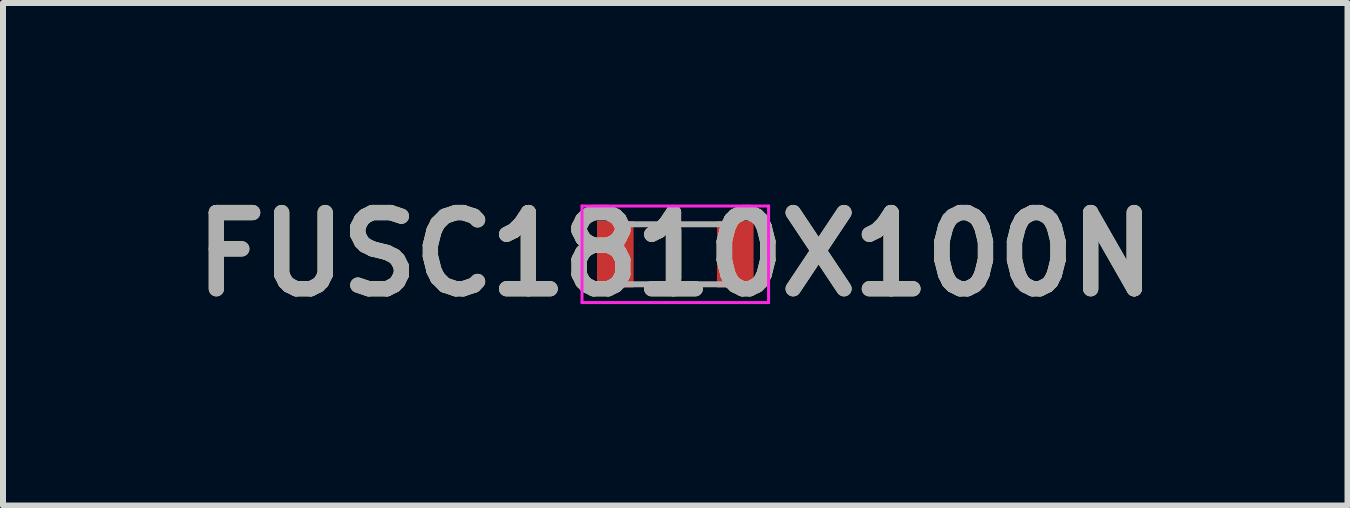
<source format=kicad_pcb>
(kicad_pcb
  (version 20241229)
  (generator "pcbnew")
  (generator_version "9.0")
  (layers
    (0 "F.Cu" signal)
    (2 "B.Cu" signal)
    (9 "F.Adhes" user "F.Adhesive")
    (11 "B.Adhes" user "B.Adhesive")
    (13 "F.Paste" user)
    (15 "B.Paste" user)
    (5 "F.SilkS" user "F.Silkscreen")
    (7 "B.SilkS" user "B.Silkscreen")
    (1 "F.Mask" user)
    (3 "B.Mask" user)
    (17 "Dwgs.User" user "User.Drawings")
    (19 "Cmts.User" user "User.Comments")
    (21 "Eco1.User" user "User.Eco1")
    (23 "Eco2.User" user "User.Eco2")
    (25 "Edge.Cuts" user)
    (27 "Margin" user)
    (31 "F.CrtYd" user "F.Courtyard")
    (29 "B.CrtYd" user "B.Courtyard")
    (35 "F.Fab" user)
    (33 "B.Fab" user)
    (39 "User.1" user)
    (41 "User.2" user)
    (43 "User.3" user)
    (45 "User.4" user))
  (footprint "FUSC1810X100N"
    (layer "F.Cu")
    (at 8.207 1.189)
    (property "Reference" "FUSC1810X100N" (at 0 0 0) (layer "F.SilkS") (effects (font (size 1.27 1.27) (thickness 0.254))))
    (attr smd)
    (fp_line (start 0 -0.4) (end 0 0.4) (stroke (width 0.2) (type solid)) (layer "F.SilkS"))
    (fp_line (start -1.555 -0.805) (end 1.555 -0.805) (stroke (width 0.05) (type solid)) (layer "F.CrtYd"))
    (fp_line (start -1.555 0.805) (end -1.555 -0.805) (stroke (width 0.05) (type solid)) (layer "F.CrtYd"))
    (fp_line (start 1.555 -0.805) (end 1.555 0.805) (stroke (width 0.05) (type solid)) (layer "F.CrtYd"))
    (fp_line (start 1.555 0.805) (end -1.555 0.805) (stroke (width 0.05) (type solid)) (layer "F.CrtYd"))
    (fp_line (start -0.9 -0.5) (end 0.9 -0.5) (stroke (width 0.1) (type solid)) (layer "F.Fab"))
    (fp_line (start -0.9 0.5) (end -0.9 -0.5) (stroke (width 0.1) (type solid)) (layer "F.Fab"))
    (fp_line (start 0.9 -0.5) (end 0.9 0.5) (stroke (width 0.1) (type solid)) (layer "F.Fab"))
    (fp_line (start 0.9 0.5) (end -0.9 0.5) (stroke (width 0.1) (type solid)) (layer "F.Fab"))
    (fp_text user "${REFERENCE}" (at 0 0 0) (layer "F.Fab") (effects (font (size 1.27 1.27) (thickness 0.254))))
    (pad "1" smd rect (at -1 0) (size 0.61 1.11) (layers "F.Cu" "F.Mask" "F.Paste"))
    (pad "2" smd rect (at 1 0) (size 0.61 1.11) (layers "F.Cu" "F.Mask" "F.Paste")))
  (gr_rect
    (start -3 -3)
    (end 19.413 5.377)
    (stroke (width 0.1) (type default))
    (fill no)
    (layer "Edge.Cuts")))
</source>
